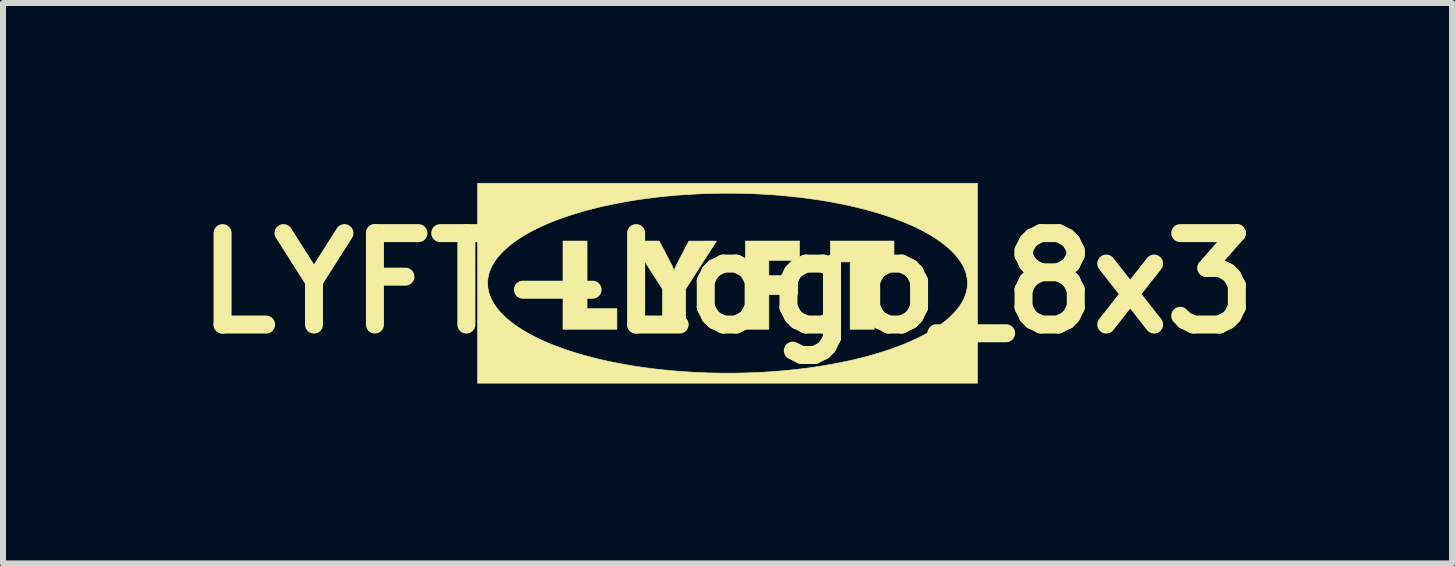
<source format=kicad_pcb>
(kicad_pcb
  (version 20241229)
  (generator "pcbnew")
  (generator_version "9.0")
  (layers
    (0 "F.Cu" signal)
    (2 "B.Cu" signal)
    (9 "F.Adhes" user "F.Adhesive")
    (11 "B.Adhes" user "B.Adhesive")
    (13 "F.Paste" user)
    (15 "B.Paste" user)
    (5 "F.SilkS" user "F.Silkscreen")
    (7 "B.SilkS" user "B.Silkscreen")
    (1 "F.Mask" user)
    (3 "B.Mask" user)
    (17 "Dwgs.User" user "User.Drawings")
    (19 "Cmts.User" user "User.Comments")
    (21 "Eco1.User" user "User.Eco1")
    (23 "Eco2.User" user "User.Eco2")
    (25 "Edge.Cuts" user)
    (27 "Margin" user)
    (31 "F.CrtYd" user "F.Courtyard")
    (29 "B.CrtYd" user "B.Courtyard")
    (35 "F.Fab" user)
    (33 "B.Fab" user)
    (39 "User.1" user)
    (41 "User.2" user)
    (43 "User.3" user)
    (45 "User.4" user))
  (footprint "LYFT-Logo_8x3"
    (layer "F.Cu")
    (at 9.079 1.671)
    (property "Reference" "LYFT-Logo_8x3" (at 0 0 0) (layer "F.SilkS") (effects (font (size 1.524 1.524) (thickness 0.3))))
    (attr through_hole)
    (fp_poly (pts (xy -2.342 0.424) (xy -1.844 0.424) (xy -1.844 0.768) (xy -2.743 0.768) (xy -2.743 -0.703) (xy -2.342 -0.703) (xy -2.342 0.424)) (stroke (width 0.01) (type solid)) (fill yes) (layer "F.SilkS"))
    (fp_poly (pts (xy 1.2 -0.38) (xy 0.689 -0.38) (xy 0.689 -0.125) (xy 1.171 -0.125) (xy 1.171 0.191) (xy 0.689 0.191) (xy 0.689 0.768) (xy 0.298 0.768) (xy 0.298 -0.703) (xy 1.2 -0.703) (xy 1.2 -0.38)) (stroke (width 0.01) (type solid)) (fill yes) (layer "F.SilkS"))
    (fp_poly (pts (xy 2.775 -0.529) (xy 2.774 -0.355) (xy 2.61 -0.355) (xy 2.445 -0.355) (xy 2.445 0.768) (xy 2.044 0.768) (xy 2.044 -0.355) (xy 1.879 -0.355) (xy 1.715 -0.355) (xy 1.715 -0.529) (xy 1.714 -0.703) (xy 2.775 -0.703) (xy 2.775 -0.529)) (stroke (width 0.01) (type solid)) (fill yes) (layer "F.SilkS"))
    (fp_poly (pts (xy -1.037 -0.508) (xy -1.027 -0.489) (xy -1.017 -0.47) (xy -1.008 -0.451) (xy -0.998 -0.434) (xy -0.989 -0.417) (xy -0.981 -0.4) (xy -0.973 -0.385) (xy -0.965 -0.37) (xy -0.958 -0.357) (xy -0.952 -0.345) (xy -0.946 -0.334) (xy -0.941 -0.324) (xy -0.937 -0.316) (xy -0.933 -0.309) (xy -0.931 -0.304) (xy -0.929 -0.301) (xy -0.928 -0.3) (xy -0.917 -0.276) (xy -0.908 -0.251) (xy -0.899 -0.227) (xy -0.896 -0.215) (xy -0.894 -0.21) (xy -0.893 -0.206) (xy -0.892 -0.203) (xy -0.892 -0.201) (xy -0.892 -0.201) (xy -0.891 -0.202) (xy -0.891 -0.204) (xy -0.89 -0.207) (xy -0.886 -0.221) (xy -0.881 -0.237) (xy -0.875 -0.253) (xy -0.867 -0.271) (xy -0.858 -0.29) (xy -0.849 -0.308) (xy -0.847 -0.312) (xy -0.845 -0.316) (xy -0.841 -0.323) (xy -0.837 -0.331) (xy -0.832 -0.341) (xy -0.826 -0.352) (xy -0.82 -0.364) (xy -0.813 -0.377) (xy -0.806 -0.392) (xy -0.798 -0.407) (xy -0.789 -0.423) (xy -0.781 -0.44) (xy -0.772 -0.458) (xy -0.762 -0.476) (xy -0.753 -0.494) (xy -0.743 -0.513) (xy -0.741 -0.516) (xy -0.645 -0.702) (xy -0.415 -0.702) (xy -0.393 -0.702) (xy -0.371 -0.703) (xy -0.351 -0.703) (xy -0.331 -0.703) (xy -0.312 -0.703) (xy -0.293 -0.703) (xy -0.276 -0.703) (xy -0.26 -0.703) (xy -0.246 -0.702) (xy -0.232 -0.702) (xy -0.22 -0.702) (xy -0.21 -0.702) (xy -0.201 -0.702) (xy -0.194 -0.702) (xy -0.189 -0.702) (xy -0.186 -0.702) (xy -0.184 -0.702) (xy -0.184 -0.702) (xy -0.185 -0.701) (xy -0.186 -0.699) (xy -0.189 -0.694) (xy -0.193 -0.688) (xy -0.198 -0.681) (xy -0.203 -0.672) (xy -0.21 -0.662) (xy -0.218 -0.65) (xy -0.226 -0.637) (xy -0.235 -0.622) (xy -0.245 -0.607) (xy -0.256 -0.59) (xy -0.268 -0.572) (xy -0.28 -0.553) (xy -0.293 -0.533) (xy -0.306 -0.512) (xy -0.32 -0.491) (xy -0.334 -0.468) (xy -0.349 -0.445) (xy -0.365 -0.421) (xy -0.381 -0.396) (xy -0.397 -0.371) (xy -0.414 -0.345) (xy -0.431 -0.319) (xy -0.441 -0.303) (xy -0.697 0.096) (xy -0.697 0.768) (xy -1.085 0.768) (xy -1.085 0.097) (xy -1.34 -0.3) (xy -1.357 -0.326) (xy -1.374 -0.352) (xy -1.39 -0.378) (xy -1.407 -0.403) (xy -1.422 -0.427) (xy -1.438 -0.451) (xy -1.452 -0.474) (xy -1.467 -0.496) (xy -1.48 -0.518) (xy -1.494 -0.538) (xy -1.506 -0.558) (xy -1.518 -0.576) (xy -1.529 -0.594) (xy -1.54 -0.61) (xy -1.55 -0.625) (xy -1.559 -0.639) (xy -1.567 -0.652) (xy -1.574 -0.663) (xy -1.58 -0.673) (xy -1.586 -0.682) (xy -1.59 -0.689) (xy -1.594 -0.694) (xy -1.596 -0.698) (xy -1.597 -0.699) (xy -1.597 -0.7) (xy -1.599 -0.703) (xy -1.139 -0.703) (xy -1.037 -0.508)) (stroke (width 0.01) (type solid)) (fill yes) (layer "F.SilkS"))
    (fp_poly (pts (xy 4.167 1.667) (xy -4.167 1.667) (xy -4.167 0.005) (xy -3.999 0.005) (xy -3.999 0.017) (xy -3.999 0.028) (xy -3.999 0.038) (xy -3.998 0.039) (xy -3.995 0.074) (xy -3.989 0.109) (xy -3.982 0.143) (xy -3.972 0.178) (xy -3.96 0.212) (xy -3.946 0.246) (xy -3.929 0.28) (xy -3.911 0.314) (xy -3.891 0.348) (xy -3.878 0.367) (xy -3.854 0.402) (xy -3.828 0.435) (xy -3.8 0.469) (xy -3.769 0.502) (xy -3.737 0.535) (xy -3.703 0.568) (xy -3.666 0.6) (xy -3.628 0.632) (xy -3.588 0.663) (xy -3.546 0.695) (xy -3.501 0.725) (xy -3.455 0.756) (xy -3.407 0.786) (xy -3.358 0.815) (xy -3.306 0.845) (xy -3.252 0.873) (xy -3.197 0.902) (xy -3.14 0.93) (xy -3.089 0.953) (xy -3.022 0.983) (xy -2.954 1.012) (xy -2.884 1.04) (xy -2.811 1.067) (xy -2.737 1.094) (xy -2.662 1.12) (xy -2.584 1.145) (xy -2.505 1.17) (xy -2.425 1.193) (xy -2.342 1.216) (xy -2.259 1.238) (xy -2.174 1.26) (xy -2.087 1.28) (xy -1.999 1.3) (xy -1.91 1.318) (xy -1.82 1.336) (xy -1.728 1.353) (xy -1.635 1.369) (xy -1.603 1.375) (xy -1.589 1.377) (xy -1.578 1.379) (xy -1.567 1.38) (xy -1.559 1.382) (xy -1.551 1.383) (xy -1.544 1.384) (xy -1.537 1.385) (xy -1.531 1.386) (xy -1.524 1.387) (xy -1.517 1.388) (xy -1.51 1.389) (xy -1.502 1.391) (xy -1.492 1.392) (xy -1.38 1.408) (xy -1.266 1.423) (xy -1.151 1.437) (xy -1.034 1.449) (xy -0.918 1.46) (xy -0.8 1.47) (xy -0.683 1.478) (xy -0.565 1.485) (xy -0.448 1.491) (xy -0.415 1.492) (xy -0.407 1.493) (xy -0.398 1.493) (xy -0.39 1.493) (xy -0.383 1.493) (xy -0.376 1.494) (xy -0.373 1.494) (xy -0.349 1.495) (xy -0.324 1.496) (xy -0.296 1.496) (xy -0.268 1.497) (xy -0.238 1.498) (xy -0.207 1.498) (xy -0.175 1.499) (xy -0.142 1.499) (xy -0.11 1.5) (xy -0.077 1.5) (xy -0.044 1.5) (xy -0.012 1.5) (xy 0.02 1.5) (xy 0.051 1.5) (xy 0.081 1.5) (xy 0.11 1.5) (xy 0.121 1.5) (xy 0.167 1.499) (xy 0.211 1.498) (xy 0.253 1.497) (xy 0.295 1.496) (xy 0.336 1.495) (xy 0.376 1.494) (xy 0.417 1.492) (xy 0.458 1.491) (xy 0.481 1.49) (xy 0.581 1.485) (xy 0.679 1.479) (xy 0.778 1.472) (xy 0.875 1.464) (xy 0.972 1.456) (xy 1.067 1.446) (xy 1.162 1.436) (xy 1.257 1.425) (xy 1.35 1.413) (xy 1.442 1.4) (xy 1.533 1.386) (xy 1.624 1.371) (xy 1.713 1.356) (xy 1.801 1.34) (xy 1.888 1.323) (xy 1.973 1.305) (xy 2.058 1.287) (xy 2.141 1.268) (xy 2.223 1.248) (xy 2.304 1.227) (xy 2.383 1.205) (xy 2.461 1.183) (xy 2.538 1.16) (xy 2.613 1.136) (xy 2.686 1.112) (xy 2.758 1.087) (xy 2.828 1.061) (xy 2.897 1.035) (xy 2.964 1.008) (xy 3.029 0.98) (xy 3.093 0.952) (xy 3.155 0.923) (xy 3.215 0.893) (xy 3.273 0.863) (xy 3.329 0.832) (xy 3.384 0.801) (xy 3.436 0.769) (xy 3.487 0.736) (xy 3.491 0.733) (xy 3.534 0.703) (xy 3.576 0.673) (xy 3.616 0.642) (xy 3.654 0.611) (xy 3.69 0.579) (xy 3.725 0.547) (xy 3.757 0.515) (xy 3.788 0.483) (xy 3.816 0.45) (xy 3.843 0.417) (xy 3.867 0.384) (xy 3.879 0.367) (xy 3.9 0.334) (xy 3.92 0.3) (xy 3.937 0.266) (xy 3.952 0.232) (xy 3.966 0.198) (xy 3.977 0.164) (xy 3.986 0.129) (xy 3.992 0.095) (xy 3.997 0.061) (xy 4 0.026) (xy 4 -0.008) (xy 3.999 -0.042) (xy 3.995 -0.077) (xy 3.989 -0.111) (xy 3.982 -0.146) (xy 3.972 -0.18) (xy 3.959 -0.214) (xy 3.958 -0.218) (xy 3.944 -0.252) (xy 3.928 -0.285) (xy 3.91 -0.317) (xy 3.89 -0.35) (xy 3.867 -0.383) (xy 3.843 -0.416) (xy 3.817 -0.449) (xy 3.791 -0.479) (xy 3.785 -0.485) (xy 3.779 -0.492) (xy 3.771 -0.5) (xy 3.762 -0.509) (xy 3.753 -0.519) (xy 3.743 -0.528) (xy 3.734 -0.538) (xy 3.724 -0.547) (xy 3.715 -0.556) (xy 3.706 -0.564) (xy 3.698 -0.572) (xy 3.692 -0.578) (xy 3.69 -0.579) (xy 3.651 -0.613) (xy 3.61 -0.646) (xy 3.567 -0.679) (xy 3.522 -0.711) (xy 3.475 -0.743) (xy 3.426 -0.775) (xy 3.375 -0.805) (xy 3.322 -0.836) (xy 3.268 -0.865) (xy 3.211 -0.895) (xy 3.152 -0.924) (xy 3.091 -0.952) (xy 3.054 -0.969) (xy 2.984 -0.999) (xy 2.912 -1.029) (xy 2.838 -1.057) (xy 2.762 -1.085) (xy 2.685 -1.112) (xy 2.606 -1.138) (xy 2.525 -1.164) (xy 2.443 -1.188) (xy 2.359 -1.212) (xy 2.273 -1.234) (xy 2.186 -1.256) (xy 2.097 -1.277) (xy 2.008 -1.298) (xy 1.916 -1.317) (xy 1.824 -1.335) (xy 1.73 -1.353) (xy 1.635 -1.369) (xy 1.539 -1.385) (xy 1.442 -1.399) (xy 1.343 -1.413) (xy 1.244 -1.426) (xy 1.144 -1.437) (xy 1.043 -1.448) (xy 0.941 -1.458) (xy 0.838 -1.467) (xy 0.734 -1.475) (xy 0.63 -1.481) (xy 0.525 -1.487) (xy 0.419 -1.492) (xy 0.313 -1.495) (xy 0.273 -1.496) (xy 0.229 -1.498) (xy 0.183 -1.498) (xy 0.136 -1.499) (xy 0.087 -1.499) (xy 0.039 -1.5) (xy -0.01 -1.5) (xy -0.059 -1.5) (xy -0.107 -1.499) (xy -0.154 -1.499) (xy -0.201 -1.498) (xy -0.245 -1.497) (xy -0.271 -1.496) (xy -0.386 -1.493) (xy -0.5 -1.488) (xy -0.613 -1.482) (xy -0.725 -1.475) (xy -0.836 -1.467) (xy -0.947 -1.457) (xy -1.056 -1.447) (xy -1.165 -1.435) (xy -1.272 -1.422) (xy -1.379 -1.408) (xy -1.484 -1.393) (xy -1.588 -1.377) (xy -1.69 -1.36) (xy -1.791 -1.341) (xy -1.891 -1.322) (xy -1.99 -1.301) (xy -2.087 -1.28) (xy -2.182 -1.257) (xy -2.276 -1.233) (xy -2.368 -1.209) (xy -2.459 -1.183) (xy -2.547 -1.156) (xy -2.634 -1.129) (xy -2.654 -1.122) (xy -2.728 -1.097) (xy -2.8 -1.071) (xy -2.87 -1.045) (xy -2.938 -1.018) (xy -3.004 -0.99) (xy -3.069 -0.962) (xy -3.131 -0.933) (xy -3.192 -0.904) (xy -3.251 -0.874) (xy -3.307 -0.844) (xy -3.358 -0.815) (xy -3.407 -0.786) (xy -3.454 -0.756) (xy -3.5 -0.726) (xy -3.543 -0.696) (xy -3.585 -0.665) (xy -3.625 -0.634) (xy -3.663 -0.602) (xy -3.699 -0.57) (xy -3.733 -0.538) (xy -3.765 -0.506) (xy -3.795 -0.473) (xy -3.823 -0.44) (xy -3.85 -0.407) (xy -3.874 -0.373) (xy -3.896 -0.34) (xy -3.915 -0.306) (xy -3.931 -0.277) (xy -3.946 -0.245) (xy -3.959 -0.214) (xy -3.97 -0.184) (xy -3.979 -0.153) (xy -3.987 -0.121) (xy -3.993 -0.089) (xy -3.996 -0.062) (xy -3.997 -0.054) (xy -3.998 -0.043) (xy -3.999 -0.032) (xy -3.999 -0.02) (xy -3.999 -0.007) (xy -3.999 0.005) (xy -4.167 0.005) (xy -4.167 -1.666) (xy 4.167 -1.666) (xy 4.167 1.667)) (stroke (width 0.01) (type solid)) (fill yes) (layer "F.SilkS")))
  (gr_rect
    (start -3 -3)
    (end 21.157 6.343)
    (stroke (width 0.1) (type default))
    (fill no)
    (layer "Edge.Cuts")))
</source>
